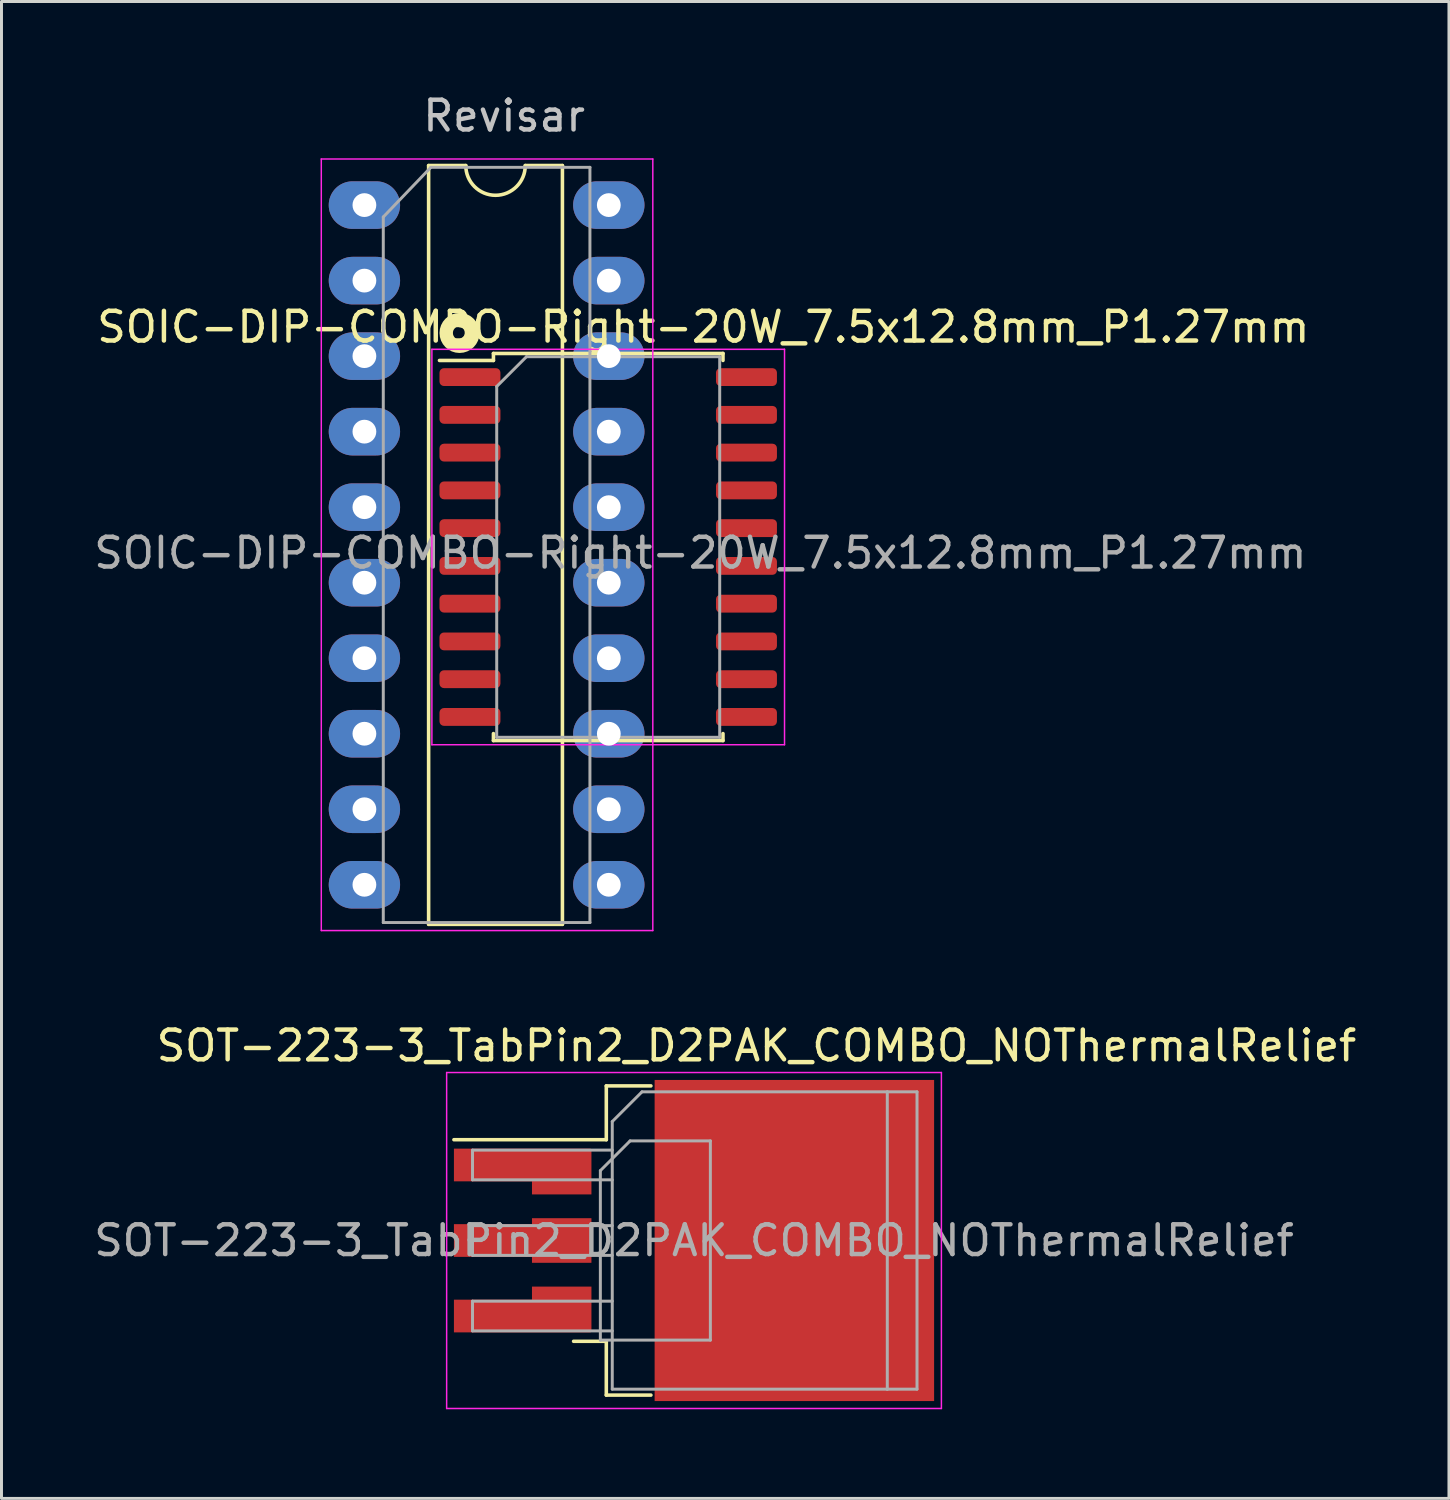
<source format=kicad_pcb>
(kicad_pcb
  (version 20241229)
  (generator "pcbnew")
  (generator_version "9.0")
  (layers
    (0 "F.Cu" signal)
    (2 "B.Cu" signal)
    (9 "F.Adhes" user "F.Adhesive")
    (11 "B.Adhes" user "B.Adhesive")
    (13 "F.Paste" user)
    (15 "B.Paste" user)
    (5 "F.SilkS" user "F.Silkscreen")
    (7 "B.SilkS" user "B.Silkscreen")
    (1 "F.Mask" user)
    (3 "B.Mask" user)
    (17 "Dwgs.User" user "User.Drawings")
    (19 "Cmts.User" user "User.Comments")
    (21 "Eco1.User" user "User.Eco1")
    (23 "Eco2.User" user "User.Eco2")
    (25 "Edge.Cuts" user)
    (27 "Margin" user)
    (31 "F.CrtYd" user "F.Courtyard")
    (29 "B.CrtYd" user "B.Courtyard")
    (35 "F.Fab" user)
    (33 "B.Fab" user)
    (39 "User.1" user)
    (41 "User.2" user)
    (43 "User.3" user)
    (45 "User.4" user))
  (footprint "SOIC-DIP-COMBO-Right-20W_7.5x12.8mm_P1.27mm"
    (layer "F.Cu")
    (at 17.406 15.348)
    (property "Reference" "SOIC-DIP-COMBO-Right-20W_7.5x12.8mm_P1.27mm" (at 3.2 -7.4 0) (layer "F.SilkS") (effects (font (size 1 1) (thickness 0.15))))
    (attr smd)
    (fp_line (start -6.04 -12.83) (end -6.04 12.69) (stroke (width 0.12) (type solid)) (layer "F.SilkS"))
    (fp_line (start -6.04 12.69) (end -1.54 12.69) (stroke (width 0.12) (type solid)) (layer "F.SilkS"))
    (fp_line (start -4.79 -12.83) (end -6.04 -12.83) (stroke (width 0.12) (type solid)) (layer "F.SilkS"))
    (fp_line (start -3.86 -6.51) (end -3.86 -6.275) (stroke (width 0.12) (type solid)) (layer "F.SilkS"))
    (fp_line (start -3.86 -6.275) (end -5.675 -6.275) (stroke (width 0.12) (type solid)) (layer "F.SilkS"))
    (fp_line (start -3.86 6.51) (end -3.86 6.275) (stroke (width 0.12) (type solid)) (layer "F.SilkS"))
    (fp_line (start -1.54 -12.83) (end -2.79 -12.83) (stroke (width 0.12) (type solid)) (layer "F.SilkS"))
    (fp_line (start -1.54 12.69) (end -1.54 -12.83) (stroke (width 0.12) (type solid)) (layer "F.SilkS"))
    (fp_line (start 0 -6.51) (end -3.86 -6.51) (stroke (width 0.12) (type solid)) (layer "F.SilkS"))
    (fp_line (start 0 -6.51) (end 3.86 -6.51) (stroke (width 0.12) (type solid)) (layer "F.SilkS"))
    (fp_line (start 0 6.51) (end -3.86 6.51) (stroke (width 0.12) (type solid)) (layer "F.SilkS"))
    (fp_line (start 0 6.51) (end 3.86 6.51) (stroke (width 0.12) (type solid)) (layer "F.SilkS"))
    (fp_line (start 3.86 -6.51) (end 3.86 -6.275) (stroke (width 0.12) (type solid)) (layer "F.SilkS"))
    (fp_line (start 3.86 6.51) (end 3.86 6.275) (stroke (width 0.12) (type solid)) (layer "F.SilkS"))
    (fp_arc (start -2.79 -12.83) (mid -3.79 -11.83) (end -4.79 -12.83) (stroke (width 0.12) (type solid)) (layer "F.SilkS"))
    (fp_circle (center -5 -7.2) (end -4.8 -7.1) (stroke (width 0.45) (type solid)) (fill no) (layer "F.SilkS"))
    (fp_line (start -9.65 -13.05) (end -9.65 12.9) (stroke (width 0.05) (type solid)) (layer "F.CrtYd"))
    (fp_line (start -9.65 12.9) (end 1.5 12.9) (stroke (width 0.05) (type solid)) (layer "F.CrtYd"))
    (fp_line (start -5.93 -6.65) (end -5.93 6.65) (stroke (width 0.05) (type solid)) (layer "F.CrtYd"))
    (fp_line (start -5.93 6.65) (end 5.93 6.65) (stroke (width 0.05) (type solid)) (layer "F.CrtYd"))
    (fp_line (start 1.5 -13.05) (end -9.65 -13.05) (stroke (width 0.05) (type solid)) (layer "F.CrtYd"))
    (fp_line (start 1.5 12.9) (end 1.5 -13.05) (stroke (width 0.05) (type solid)) (layer "F.CrtYd"))
    (fp_line (start 5.93 -6.65) (end -5.93 -6.65) (stroke (width 0.05) (type solid)) (layer "F.CrtYd"))
    (fp_line (start 5.93 -6.65) (end 5.93 6.65) (stroke (width 0.05) (type solid)) (layer "F.CrtYd"))
    (fp_line (start -7.565 -11.1) (end -5.965 -12.77) (stroke (width 0.1) (type solid)) (layer "F.Fab"))
    (fp_line (start -7.565 12.63) (end -7.565 -11.1) (stroke (width 0.1) (type solid)) (layer "F.Fab"))
    (fp_line (start -5.965 -12.77) (end -0.615 -12.77) (stroke (width 0.1) (type solid)) (layer "F.Fab"))
    (fp_line (start -3.75 -5.4) (end -2.75 -6.4) (stroke (width 0.1) (type solid)) (layer "F.Fab"))
    (fp_line (start -3.75 6.4) (end -3.75 -5.4) (stroke (width 0.1) (type solid)) (layer "F.Fab"))
    (fp_line (start -2.75 -6.4) (end 3.75 -6.4) (stroke (width 0.1) (type solid)) (layer "F.Fab"))
    (fp_line (start -0.615 -12.77) (end -0.615 12.63) (stroke (width 0.1) (type solid)) (layer "F.Fab"))
    (fp_line (start -0.615 12.63) (end -7.565 12.63) (stroke (width 0.1) (type solid)) (layer "F.Fab"))
    (fp_line (start 3.75 -6.4) (end 3.75 6.4) (stroke (width 0.1) (type solid)) (layer "F.Fab"))
    (fp_line (start 3.75 6.4) (end -3.75 6.4) (stroke (width 0.1) (type solid)) (layer "F.Fab"))
    (fp_text user "Revisar" (at -3.5 -14.5 0) (layer "Dwgs.User") (effects (font (size 1 1) (thickness 0.15))))
    (fp_text user "${REFERENCE}" (at 3.1 0.2 0) (layer "F.Fab") (effects (font (size 1 1) (thickness 0.15))))
    (pad "1" thru_hole oval (at -8.2 -11.5) (size 2.4 1.6) (drill 0.8) (layers "*.Cu" "*.Mask"))
    (pad "1" smd roundrect (at -4.65 -5.715) (size 2.05 0.6) (layers "F.Cu" "F.Mask" "F.Paste") (roundrect_rratio 0.25))
    (pad "2" thru_hole oval (at -8.2 -8.96) (size 2.4 1.6) (drill 0.8) (layers "*.Cu" "*.Mask"))
    (pad "2" smd roundrect (at -4.65 -4.445) (size 2.05 0.6) (layers "F.Cu" "F.Mask" "F.Paste") (roundrect_rratio 0.25))
    (pad "3" thru_hole oval (at -8.2 -6.42) (size 2.4 1.6) (drill 0.8) (layers "*.Cu" "*.Mask"))
    (pad "3" smd roundrect (at -4.65 -3.175) (size 2.05 0.6) (layers "F.Cu" "F.Mask" "F.Paste") (roundrect_rratio 0.25))
    (pad "4" thru_hole oval (at -8.2 -3.88) (size 2.4 1.6) (drill 0.8) (layers "*.Cu" "*.Mask"))
    (pad "4" smd roundrect (at -4.65 -1.905) (size 2.05 0.6) (layers "F.Cu" "F.Mask" "F.Paste") (roundrect_rratio 0.25))
    (pad "5" thru_hole oval (at -8.2 -1.34) (size 2.4 1.6) (drill 0.8) (layers "*.Cu" "*.Mask"))
    (pad "5" smd roundrect (at -4.65 -0.635) (size 2.05 0.6) (layers "F.Cu" "F.Mask" "F.Paste") (roundrect_rratio 0.25))
    (pad "6" thru_hole oval (at -8.2 1.2) (size 2.4 1.6) (drill 0.8) (layers "*.Cu" "*.Mask"))
    (pad "6" smd roundrect (at -4.65 0.635) (size 2.05 0.6) (layers "F.Cu" "F.Mask" "F.Paste") (roundrect_rratio 0.25))
    (pad "7" thru_hole oval (at -8.2 3.74) (size 2.4 1.6) (drill 0.8) (layers "*.Cu" "*.Mask"))
    (pad "7" smd roundrect (at -4.65 1.905) (size 2.05 0.6) (layers "F.Cu" "F.Mask" "F.Paste") (roundrect_rratio 0.25))
    (pad "8" thru_hole oval (at -8.2 6.28) (size 2.4 1.6) (drill 0.8) (layers "*.Cu" "*.Mask"))
    (pad "8" smd roundrect (at -4.65 3.175) (size 2.05 0.6) (layers "F.Cu" "F.Mask" "F.Paste") (roundrect_rratio 0.25))
    (pad "9" thru_hole oval (at -8.2 8.82) (size 2.4 1.6) (drill 0.8) (layers "*.Cu" "*.Mask"))
    (pad "9" smd roundrect (at -4.65 4.445) (size 2.05 0.6) (layers "F.Cu" "F.Mask" "F.Paste") (roundrect_rratio 0.25))
    (pad "10" thru_hole oval (at -8.2 11.36) (size 2.4 1.6) (drill 0.8) (layers "*.Cu" "*.Mask"))
    (pad "10" smd roundrect (at -4.65 5.715) (size 2.05 0.6) (layers "F.Cu" "F.Mask" "F.Paste") (roundrect_rratio 0.25))
    (pad "11" thru_hole oval (at 0.02 11.36) (size 2.4 1.6) (drill 0.8) (layers "*.Cu" "*.Mask"))
    (pad "11" smd roundrect (at 4.65 5.715) (size 2.05 0.6) (layers "F.Cu" "F.Mask" "F.Paste") (roundrect_rratio 0.25))
    (pad "12" thru_hole oval (at 0.02 8.82) (size 2.4 1.6) (drill 0.8) (layers "*.Cu" "*.Mask"))
    (pad "12" smd roundrect (at 4.65 4.445) (size 2.05 0.6) (layers "F.Cu" "F.Mask" "F.Paste") (roundrect_rratio 0.25))
    (pad "13" thru_hole oval (at 0.02 6.28) (size 2.4 1.6) (drill 0.8) (layers "*.Cu" "*.Mask"))
    (pad "13" smd roundrect (at 4.65 3.175) (size 2.05 0.6) (layers "F.Cu" "F.Mask" "F.Paste") (roundrect_rratio 0.25))
    (pad "14" thru_hole oval (at 0.02 3.74) (size 2.4 1.6) (drill 0.8) (layers "*.Cu" "*.Mask"))
    (pad "14" smd roundrect (at 4.65 1.905) (size 2.05 0.6) (layers "F.Cu" "F.Mask" "F.Paste") (roundrect_rratio 0.25))
    (pad "15" thru_hole oval (at 0.02 1.2) (size 2.4 1.6) (drill 0.8) (layers "*.Cu" "*.Mask"))
    (pad "15" smd roundrect (at 4.65 0.635) (size 2.05 0.6) (layers "F.Cu" "F.Mask" "F.Paste") (roundrect_rratio 0.25))
    (pad "16" thru_hole oval (at 0.02 -1.34) (size 2.4 1.6) (drill 0.8) (layers "*.Cu" "*.Mask"))
    (pad "16" smd roundrect (at 4.65 -0.635) (size 2.05 0.6) (layers "F.Cu" "F.Mask" "F.Paste") (roundrect_rratio 0.25))
    (pad "17" thru_hole oval (at 0.02 -3.88) (size 2.4 1.6) (drill 0.8) (layers "*.Cu" "*.Mask"))
    (pad "17" smd roundrect (at 4.65 -1.905) (size 2.05 0.6) (layers "F.Cu" "F.Mask" "F.Paste") (roundrect_rratio 0.25))
    (pad "18" thru_hole oval (at 0.02 -6.42) (size 2.4 1.6) (drill 0.8) (layers "*.Cu" "*.Mask"))
    (pad "18" smd roundrect (at 4.65 -3.175) (size 2.05 0.6) (layers "F.Cu" "F.Mask" "F.Paste") (roundrect_rratio 0.25))
    (pad "19" thru_hole oval (at 0.02 -8.96) (size 2.4 1.6) (drill 0.8) (layers "*.Cu" "*.Mask"))
    (pad "19" smd roundrect (at 4.65 -4.445) (size 2.05 0.6) (layers "F.Cu" "F.Mask" "F.Paste") (roundrect_rratio 0.25))
    (pad "20" thru_hole oval (at 0.02 -11.5) (size 2.4 1.6) (drill 0.8) (layers "*.Cu" "*.Mask"))
    (pad "20" smd roundrect (at 4.65 -5.715) (size 2.05 0.6) (layers "F.Cu" "F.Mask" "F.Paste") (roundrect_rratio 0.25)))
  (footprint "SOT-223-3_TabPin2_D2PAK_COMBO_NOThermalRelief"
    (layer "F.Cu")
    (at 18.992 38.672)
    (property "Reference" "SOT-223-3_TabPin2_D2PAK_COMBO_NOThermalRelief" (at 3.4 -6.55 0) (layer "F.SilkS") (effects (font (size 1 1) (thickness 0.15))))
    (attr smd)
    (fp_line (start -1.65 -5.2) (end -1.65 -3.39) (stroke (width 0.12) (type solid)) (layer "F.SilkS"))
    (fp_line (start -1.65 -3.39) (end -6.775 -3.39) (stroke (width 0.12) (type solid)) (layer "F.SilkS"))
    (fp_line (start -1.65 3.39) (end -2.75 3.39) (stroke (width 0.12) (type solid)) (layer "F.SilkS"))
    (fp_line (start -1.65 5.2) (end -1.65 3.39) (stroke (width 0.12) (type solid)) (layer "F.SilkS"))
    (fp_line (start -0.15 -5.2) (end -1.65 -5.2) (stroke (width 0.12) (type solid)) (layer "F.SilkS"))
    (fp_line (start -0.15 5.2) (end -1.65 5.2) (stroke (width 0.12) (type solid)) (layer "F.SilkS"))
    (fp_line (start -7.02 -5.65) (end -7.02 5.65) (stroke (width 0.05) (type solid)) (layer "F.CrtYd"))
    (fp_line (start -7.02 5.65) (end 9.62 5.65) (stroke (width 0.05) (type solid)) (layer "F.CrtYd"))
    (fp_line (start 9.62 -5.65) (end -7.02 -5.65) (stroke (width 0.05) (type solid)) (layer "F.CrtYd"))
    (fp_line (start 9.62 5.65) (end 9.62 -5.65) (stroke (width 0.05) (type solid)) (layer "F.CrtYd"))
    (fp_line (start -6.15 -3.04) (end -6.15 -2.04) (stroke (width 0.1) (type solid)) (layer "F.Fab"))
    (fp_line (start -6.15 -2.04) (end -1.45 -2.04) (stroke (width 0.1) (type solid)) (layer "F.Fab"))
    (fp_line (start -6.15 -0.5) (end -6.15 0.5) (stroke (width 0.1) (type solid)) (layer "F.Fab"))
    (fp_line (start -6.15 0.5) (end -1.45 0.5) (stroke (width 0.1) (type solid)) (layer "F.Fab"))
    (fp_line (start -6.15 2.04) (end -6.15 3.04) (stroke (width 0.1) (type solid)) (layer "F.Fab"))
    (fp_line (start -6.15 3.04) (end -1.45 3.04) (stroke (width 0.1) (type solid)) (layer "F.Fab"))
    (fp_line (start -1.85 -2.35) (end -1.85 3.35) (stroke (width 0.1) (type solid)) (layer "F.Fab"))
    (fp_line (start -1.85 -2.35) (end -0.85 -3.35) (stroke (width 0.1) (type solid)) (layer "F.Fab"))
    (fp_line (start -1.85 3.35) (end 1.85 3.35) (stroke (width 0.1) (type solid)) (layer "F.Fab"))
    (fp_line (start -1.45 -4) (end -0.45 -5) (stroke (width 0.1) (type solid)) (layer "F.Fab"))
    (fp_line (start -1.45 -3.04) (end -6.15 -3.04) (stroke (width 0.1) (type solid)) (layer "F.Fab"))
    (fp_line (start -1.45 -0.5) (end -6.15 -0.5) (stroke (width 0.1) (type solid)) (layer "F.Fab"))
    (fp_line (start -1.45 2.04) (end -6.15 2.04) (stroke (width 0.1) (type solid)) (layer "F.Fab"))
    (fp_line (start -1.45 5) (end -1.45 -4) (stroke (width 0.1) (type solid)) (layer "F.Fab"))
    (fp_line (start -0.85 -3.35) (end 1.85 -3.35) (stroke (width 0.1) (type solid)) (layer "F.Fab"))
    (fp_line (start -0.45 -5) (end 7.8 -5) (stroke (width 0.1) (type solid)) (layer "F.Fab"))
    (fp_line (start 1.85 -3.35) (end 1.85 3.35) (stroke (width 0.1) (type solid)) (layer "F.Fab"))
    (fp_line (start 7.8 -5) (end 7.8 5) (stroke (width 0.1) (type solid)) (layer "F.Fab"))
    (fp_line (start 7.8 -5) (end 8.8 -5) (stroke (width 0.1) (type solid)) (layer "F.Fab"))
    (fp_line (start 7.8 5) (end -1.45 5) (stroke (width 0.1) (type solid)) (layer "F.Fab"))
    (fp_line (start 8.8 -5) (end 8.8 5) (stroke (width 0.1) (type solid)) (layer "F.Fab"))
    (fp_line (start 8.8 5) (end 7.8 5) (stroke (width 0.1) (type solid)) (layer "F.Fab"))
    (fp_text user "${REFERENCE}" (at 1.3 0 0) (layer "F.Fab") (effects (font (size 1 1) (thickness 0.15))))
    (pad "" smd rect (at 2.25 -2.775) (size 4.55 5.25) (layers "F.Paste"))
    (pad "" smd rect (at 2.25 2.775) (size 4.55 5.25) (layers "F.Paste"))
    (pad "" smd rect (at 7.1 -2.775) (size 4.55 5.25) (layers "F.Paste"))
    (pad "" smd rect (at 7.1 2.775) (size 4.55 5.25) (layers "F.Paste"))
    (pad "1" smd rect (at -4.475 -2.54) (size 4.6 1.1) (layers "F.Cu" "F.Mask" "F.Paste"))
    (pad "1" smd rect (at -3.15 -2.3) (size 2 1.5) (layers "F.Cu" "F.Mask" "F.Paste"))
    (pad "2" smd rect (at -4.475 0) (size 4.6 1.1) (layers "F.Cu" "F.Mask" "F.Paste"))
    (pad "2" smd rect (at -3.15 0) (size 2 1.5) (layers "F.Cu" "F.Mask" "F.Paste"))
    (pad "2" smd rect (at 3.15 0) (size 2 3.8) (layers "F.Cu" "F.Mask" "F.Paste"))
    (pad "2" smd rect (at 4.675 0) (size 9.4 10.8) (layers "F.Cu" "F.Mask"))
    (pad "3" smd rect (at -4.475 2.54) (size 4.6 1.1) (layers "F.Cu" "F.Mask" "F.Paste"))
    (pad "3" smd rect (at -3.15 2.3) (size 2 1.5) (layers "F.Cu" "F.Mask" "F.Paste")))
  (gr_rect
    (start -3 -3)
    (end 45.683 47.346)
    (stroke (width 0.1) (type default))
    (fill no)
    (layer "Edge.Cuts")))
</source>
